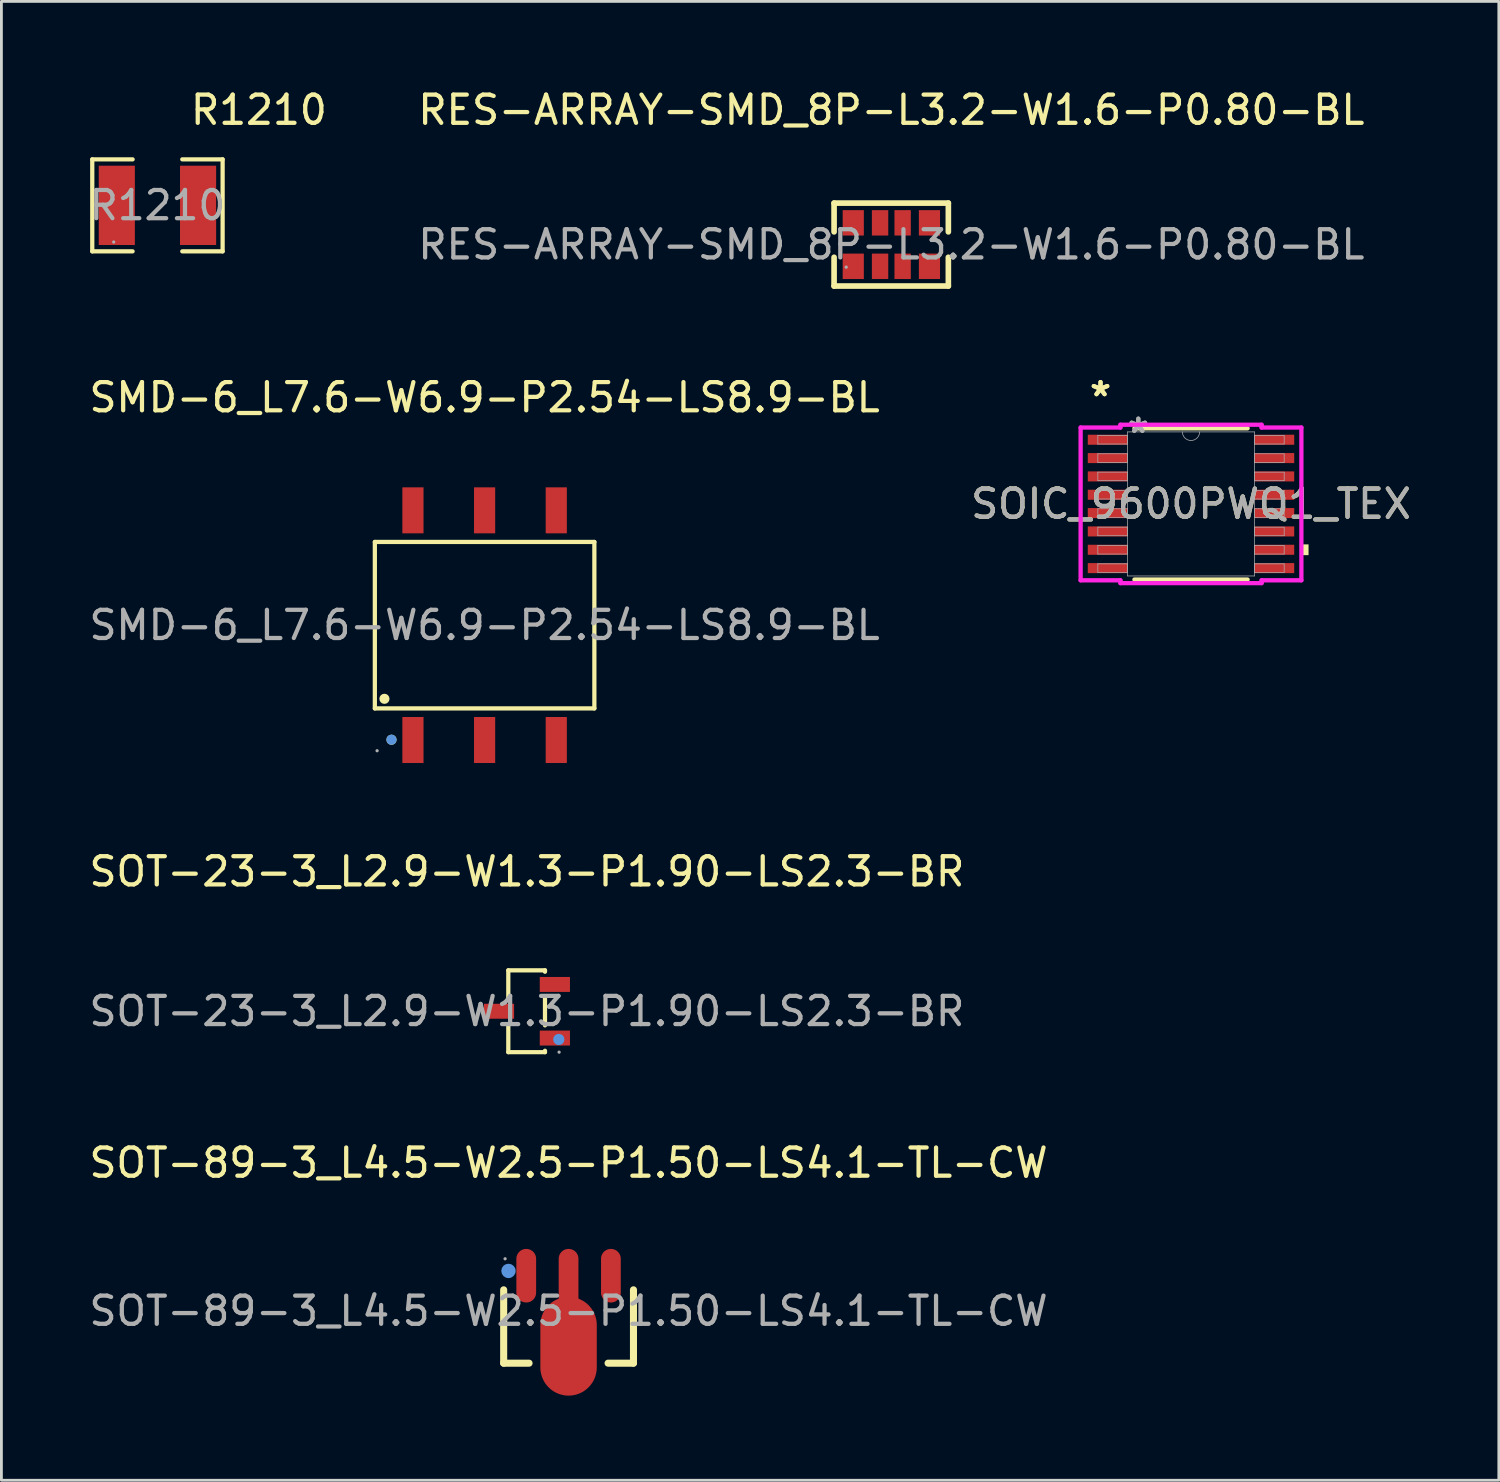
<source format=kicad_pcb>
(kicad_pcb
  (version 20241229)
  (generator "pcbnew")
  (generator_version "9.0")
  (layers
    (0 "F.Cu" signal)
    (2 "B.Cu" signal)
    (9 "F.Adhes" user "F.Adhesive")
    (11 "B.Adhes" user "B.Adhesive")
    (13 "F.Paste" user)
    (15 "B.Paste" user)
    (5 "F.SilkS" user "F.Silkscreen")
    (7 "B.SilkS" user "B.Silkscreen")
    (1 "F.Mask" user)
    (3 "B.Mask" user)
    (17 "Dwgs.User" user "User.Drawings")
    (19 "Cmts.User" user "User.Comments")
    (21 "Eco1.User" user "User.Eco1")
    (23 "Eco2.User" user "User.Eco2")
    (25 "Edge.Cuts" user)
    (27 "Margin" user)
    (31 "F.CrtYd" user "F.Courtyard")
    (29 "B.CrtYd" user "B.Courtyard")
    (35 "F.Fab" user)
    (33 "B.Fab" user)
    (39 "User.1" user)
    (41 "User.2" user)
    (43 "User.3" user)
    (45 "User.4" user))
  (footprint "SOT-23-3_L2.9-W1.3-P1.90-LS2.3-BR"
    (layer "F.Cu")
    (at 15.625 32.79)
    (property "Reference" "SOT-23-3_L2.9-W1.3-P1.90-LS2.3-BR" (at 0 -4.95 0) (layer "F.SilkS") (effects (font (size 1 1) (thickness 0.15))))
    (attr smd)
    (fp_line (start -0.66 -1.45) (end -0.66 -0.45) (stroke (width 0.15) (type solid)) (layer "F.SilkS"))
    (fp_line (start -0.66 0.45) (end -0.66 1.45) (stroke (width 0.15) (type solid)) (layer "F.SilkS"))
    (fp_line (start -0.66 1.45) (end 0.64 1.45) (stroke (width 0.15) (type solid)) (layer "F.SilkS"))
    (fp_line (start 0.64 -1.45) (end -0.66 -1.45) (stroke (width 0.15) (type solid)) (layer "F.SilkS"))
    (fp_line (start 0.64 -1.4) (end 0.64 -1.45) (stroke (width 0.15) (type solid)) (layer "F.SilkS"))
    (fp_line (start 0.64 0.5) (end 0.64 -0.5) (stroke (width 0.15) (type solid)) (layer "F.SilkS"))
    (fp_line (start 0.64 1.45) (end 0.64 1.4) (stroke (width 0.15) (type solid)) (layer "F.SilkS"))
    (fp_circle (center 1.13 1) (end 1.23 1) (stroke (width 0.2) (type solid)) (fill no) (layer "Cmts.User"))
    (fp_circle (center 1.14 1.45) (end 1.17 1.45) (stroke (width 0.06) (type solid)) (fill no) (layer "F.Fab"))
    (fp_text user "${REFERENCE}" (at 0 0 0) (layer "F.Fab") (effects (font (size 1 1) (thickness 0.15))))
    (pad "1" smd rect (at 0.99 0.95) (size 1.07 0.53) (layers "F.Cu" "F.Mask" "F.Paste"))
    (pad "2" smd rect (at 0.99 -0.95) (size 1.07 0.53) (layers "F.Cu" "F.Mask" "F.Paste"))
    (pad "3" smd rect (at -0.99 0) (size 1.07 0.53) (layers "F.Cu" "F.Mask" "F.Paste")))
  (footprint "R1210"
    (layer "F.Cu")
    (at 6.125 4.848)
    (property "Reference" "R1210" (at 0 -4 0) (layer "F.SilkS") (effects (font (size 1 1) (thickness 0.15))))
    (attr smd)
    (fp_line (start -5.905 -2.25) (end -4.475 -2.25) (stroke (width 0.15) (type solid)) (layer "F.SilkS"))
    (fp_line (start -5.905 1.01) (end -5.905 -2.25) (stroke (width 0.15) (type solid)) (layer "F.SilkS"))
    (fp_line (start -4.475 1.01) (end -5.905 1.01) (stroke (width 0.15) (type solid)) (layer "F.SilkS"))
    (fp_line (start -2.715 1.01) (end -1.285 1.01) (stroke (width 0.15) (type solid)) (layer "F.SilkS"))
    (fp_line (start -1.285 -2.25) (end -2.715 -2.25) (stroke (width 0.15) (type solid)) (layer "F.SilkS"))
    (fp_line (start -1.285 1.01) (end -1.285 -2.25) (stroke (width 0.15) (type solid)) (layer "F.SilkS"))
    (fp_circle (center -5.145 0.68) (end -5.115 0.68) (stroke (width 0.06) (type solid)) (fill no) (layer "F.Fab"))
    (fp_text user "${REFERENCE}" (at -3.595 -0.62 0) (layer "F.Fab") (effects (font (size 1 1) (thickness 0.15))))
    (pad "1" smd rect (at -5.035 -0.62) (size 1.28 2.81) (layers "F.Cu" "F.Mask" "F.Paste"))
    (pad "2" smd rect (at -2.155 -0.62) (size 1.28 2.81) (layers "F.Cu" "F.Mask" "F.Paste")))
  (footprint "SOIC_9600PWQ1_TEX"
    (layer "F.Cu")
    (at 39.161 14.81)
    (property "Reference" "SOIC_9600PWQ1_TEX" (at 0 0 0) (unlocked yes) (layer "F.SilkS") (effects (font (size 1 1) (thickness 0.15))))
    (attr smd)
    (fp_line (start -2.005 2.68) (end 2.005 2.68) (stroke (width 0.152) (type solid)) (layer "F.SilkS"))
    (fp_line (start 2.005 -2.68) (end -2.005 -2.68) (stroke (width 0.152) (type solid)) (layer "F.SilkS"))
    (fp_poly (pts (xy 4.166 1.434) (xy 4.166 1.815) (xy 3.912 1.815) (xy 3.912 1.434)) (stroke (width 0) (type solid)) (fill yes) (layer "F.SilkS"))
    (fp_line (start -3.912 -2.707) (end -2.502 -2.707) (stroke (width 0.152) (type solid)) (layer "F.CrtYd"))
    (fp_line (start -3.912 2.707) (end -3.912 -2.707) (stroke (width 0.152) (type solid)) (layer "F.CrtYd"))
    (fp_line (start -3.912 2.707) (end -2.502 2.707) (stroke (width 0.152) (type solid)) (layer "F.CrtYd"))
    (fp_line (start -2.502 -2.807) (end 2.502 -2.807) (stroke (width 0.152) (type solid)) (layer "F.CrtYd"))
    (fp_line (start -2.502 -2.707) (end -2.502 -2.807) (stroke (width 0.152) (type solid)) (layer "F.CrtYd"))
    (fp_line (start -2.502 2.807) (end -2.502 2.707) (stroke (width 0.152) (type solid)) (layer "F.CrtYd"))
    (fp_line (start 2.502 -2.807) (end 2.502 -2.707) (stroke (width 0.152) (type solid)) (layer "F.CrtYd"))
    (fp_line (start 2.502 2.707) (end 2.502 2.807) (stroke (width 0.152) (type solid)) (layer "F.CrtYd"))
    (fp_line (start 2.502 2.807) (end -2.502 2.807) (stroke (width 0.152) (type solid)) (layer "F.CrtYd"))
    (fp_line (start 3.912 -2.707) (end 2.502 -2.707) (stroke (width 0.152) (type solid)) (layer "F.CrtYd"))
    (fp_line (start 3.912 -2.707) (end 3.912 2.707) (stroke (width 0.152) (type solid)) (layer "F.CrtYd"))
    (fp_line (start 3.912 2.707) (end 2.502 2.707) (stroke (width 0.152) (type solid)) (layer "F.CrtYd"))
    (fp_line (start -3.302 -2.427) (end -3.302 -2.123) (stroke (width 0.025) (type solid)) (layer "F.Fab"))
    (fp_line (start -3.302 -2.123) (end -2.248 -2.123) (stroke (width 0.025) (type solid)) (layer "F.Fab"))
    (fp_line (start -3.302 -1.777) (end -3.302 -1.473) (stroke (width 0.025) (type solid)) (layer "F.Fab"))
    (fp_line (start -3.302 -1.473) (end -2.248 -1.473) (stroke (width 0.025) (type solid)) (layer "F.Fab"))
    (fp_line (start -3.302 -1.127) (end -3.302 -0.823) (stroke (width 0.025) (type solid)) (layer "F.Fab"))
    (fp_line (start -3.302 -0.823) (end -2.248 -0.823) (stroke (width 0.025) (type solid)) (layer "F.Fab"))
    (fp_line (start -3.302 -0.477) (end -3.302 -0.173) (stroke (width 0.025) (type solid)) (layer "F.Fab"))
    (fp_line (start -3.302 -0.173) (end -2.248 -0.173) (stroke (width 0.025) (type solid)) (layer "F.Fab"))
    (fp_line (start -3.302 0.173) (end -3.302 0.477) (stroke (width 0.025) (type solid)) (layer "F.Fab"))
    (fp_line (start -3.302 0.477) (end -2.248 0.477) (stroke (width 0.025) (type solid)) (layer "F.Fab"))
    (fp_line (start -3.302 0.823) (end -3.302 1.127) (stroke (width 0.025) (type solid)) (layer "F.Fab"))
    (fp_line (start -3.302 1.127) (end -2.248 1.127) (stroke (width 0.025) (type solid)) (layer "F.Fab"))
    (fp_line (start -3.302 1.473) (end -3.302 1.777) (stroke (width 0.025) (type solid)) (layer "F.Fab"))
    (fp_line (start -3.302 1.777) (end -2.248 1.777) (stroke (width 0.025) (type solid)) (layer "F.Fab"))
    (fp_line (start -3.302 2.123) (end -3.302 2.427) (stroke (width 0.025) (type solid)) (layer "F.Fab"))
    (fp_line (start -3.302 2.427) (end -2.248 2.427) (stroke (width 0.025) (type solid)) (layer "F.Fab"))
    (fp_line (start -2.248 -2.553) (end -2.248 2.553) (stroke (width 0.025) (type solid)) (layer "F.Fab"))
    (fp_line (start -2.248 -2.427) (end -3.302 -2.427) (stroke (width 0.025) (type solid)) (layer "F.Fab"))
    (fp_line (start -2.248 -2.123) (end -2.248 -2.427) (stroke (width 0.025) (type solid)) (layer "F.Fab"))
    (fp_line (start -2.248 -1.777) (end -3.302 -1.777) (stroke (width 0.025) (type solid)) (layer "F.Fab"))
    (fp_line (start -2.248 -1.473) (end -2.248 -1.777) (stroke (width 0.025) (type solid)) (layer "F.Fab"))
    (fp_line (start -2.248 -1.127) (end -3.302 -1.127) (stroke (width 0.025) (type solid)) (layer "F.Fab"))
    (fp_line (start -2.248 -0.823) (end -2.248 -1.127) (stroke (width 0.025) (type solid)) (layer "F.Fab"))
    (fp_line (start -2.248 -0.477) (end -3.302 -0.477) (stroke (width 0.025) (type solid)) (layer "F.Fab"))
    (fp_line (start -2.248 -0.173) (end -2.248 -0.477) (stroke (width 0.025) (type solid)) (layer "F.Fab"))
    (fp_line (start -2.248 0.173) (end -3.302 0.173) (stroke (width 0.025) (type solid)) (layer "F.Fab"))
    (fp_line (start -2.248 0.477) (end -2.248 0.173) (stroke (width 0.025) (type solid)) (layer "F.Fab"))
    (fp_line (start -2.248 0.823) (end -3.302 0.823) (stroke (width 0.025) (type solid)) (layer "F.Fab"))
    (fp_line (start -2.248 1.127) (end -2.248 0.823) (stroke (width 0.025) (type solid)) (layer "F.Fab"))
    (fp_line (start -2.248 1.473) (end -3.302 1.473) (stroke (width 0.025) (type solid)) (layer "F.Fab"))
    (fp_line (start -2.248 1.777) (end -2.248 1.473) (stroke (width 0.025) (type solid)) (layer "F.Fab"))
    (fp_line (start -2.248 2.123) (end -3.302 2.123) (stroke (width 0.025) (type solid)) (layer "F.Fab"))
    (fp_line (start -2.248 2.427) (end -2.248 2.123) (stroke (width 0.025) (type solid)) (layer "F.Fab"))
    (fp_line (start -2.248 2.553) (end 2.248 2.553) (stroke (width 0.025) (type solid)) (layer "F.Fab"))
    (fp_line (start 2.248 -2.553) (end -2.248 -2.553) (stroke (width 0.025) (type solid)) (layer "F.Fab"))
    (fp_line (start 2.248 -2.427) (end 2.248 -2.123) (stroke (width 0.025) (type solid)) (layer "F.Fab"))
    (fp_line (start 2.248 -2.123) (end 3.302 -2.123) (stroke (width 0.025) (type solid)) (layer "F.Fab"))
    (fp_line (start 2.248 -1.777) (end 2.248 -1.473) (stroke (width 0.025) (type solid)) (layer "F.Fab"))
    (fp_line (start 2.248 -1.473) (end 3.302 -1.473) (stroke (width 0.025) (type solid)) (layer "F.Fab"))
    (fp_line (start 2.248 -1.127) (end 2.248 -0.823) (stroke (width 0.025) (type solid)) (layer "F.Fab"))
    (fp_line (start 2.248 -0.823) (end 3.302 -0.823) (stroke (width 0.025) (type solid)) (layer "F.Fab"))
    (fp_line (start 2.248 -0.477) (end 2.248 -0.173) (stroke (width 0.025) (type solid)) (layer "F.Fab"))
    (fp_line (start 2.248 -0.173) (end 3.302 -0.173) (stroke (width 0.025) (type solid)) (layer "F.Fab"))
    (fp_line (start 2.248 0.173) (end 2.248 0.477) (stroke (width 0.025) (type solid)) (layer "F.Fab"))
    (fp_line (start 2.248 0.477) (end 3.302 0.477) (stroke (width 0.025) (type solid)) (layer "F.Fab"))
    (fp_line (start 2.248 0.823) (end 2.248 1.127) (stroke (width 0.025) (type solid)) (layer "F.Fab"))
    (fp_line (start 2.248 1.127) (end 3.302 1.127) (stroke (width 0.025) (type solid)) (layer "F.Fab"))
    (fp_line (start 2.248 1.473) (end 2.248 1.777) (stroke (width 0.025) (type solid)) (layer "F.Fab"))
    (fp_line (start 2.248 1.777) (end 3.302 1.777) (stroke (width 0.025) (type solid)) (layer "F.Fab"))
    (fp_line (start 2.248 2.123) (end 2.248 2.427) (stroke (width 0.025) (type solid)) (layer "F.Fab"))
    (fp_line (start 2.248 2.427) (end 3.302 2.427) (stroke (width 0.025) (type solid)) (layer "F.Fab"))
    (fp_line (start 2.248 2.553) (end 2.248 -2.553) (stroke (width 0.025) (type solid)) (layer "F.Fab"))
    (fp_line (start 3.302 -2.427) (end 2.248 -2.427) (stroke (width 0.025) (type solid)) (layer "F.Fab"))
    (fp_line (start 3.302 -2.123) (end 3.302 -2.427) (stroke (width 0.025) (type solid)) (layer "F.Fab"))
    (fp_line (start 3.302 -1.777) (end 2.248 -1.777) (stroke (width 0.025) (type solid)) (layer "F.Fab"))
    (fp_line (start 3.302 -1.473) (end 3.302 -1.777) (stroke (width 0.025) (type solid)) (layer "F.Fab"))
    (fp_line (start 3.302 -1.127) (end 2.248 -1.127) (stroke (width 0.025) (type solid)) (layer "F.Fab"))
    (fp_line (start 3.302 -0.823) (end 3.302 -1.127) (stroke (width 0.025) (type solid)) (layer "F.Fab"))
    (fp_line (start 3.302 -0.477) (end 2.248 -0.477) (stroke (width 0.025) (type solid)) (layer "F.Fab"))
    (fp_line (start 3.302 -0.173) (end 3.302 -0.477) (stroke (width 0.025) (type solid)) (layer "F.Fab"))
    (fp_line (start 3.302 0.173) (end 2.248 0.173) (stroke (width 0.025) (type solid)) (layer "F.Fab"))
    (fp_line (start 3.302 0.477) (end 3.302 0.173) (stroke (width 0.025) (type solid)) (layer "F.Fab"))
    (fp_line (start 3.302 0.823) (end 2.248 0.823) (stroke (width 0.025) (type solid)) (layer "F.Fab"))
    (fp_line (start 3.302 1.127) (end 3.302 0.823) (stroke (width 0.025) (type solid)) (layer "F.Fab"))
    (fp_line (start 3.302 1.473) (end 2.248 1.473) (stroke (width 0.025) (type solid)) (layer "F.Fab"))
    (fp_line (start 3.302 1.777) (end 3.302 1.473) (stroke (width 0.025) (type solid)) (layer "F.Fab"))
    (fp_line (start 3.302 2.123) (end 2.248 2.123) (stroke (width 0.025) (type solid)) (layer "F.Fab"))
    (fp_line (start 3.302 2.427) (end 3.302 2.123) (stroke (width 0.025) (type solid)) (layer "F.Fab"))
    (fp_arc (start 0.3048 -2.5527) (mid 0 -2.2479) (end -0.3048 -2.5527) (stroke (width 0.0254) (type solid)) (layer "F.Fab"))
    (fp_text user "*" (at -3.207 -3.774 0) (layer "F.SilkS") (effects (font (size 1 1) (thickness 0.15))))
    (fp_text user "*" (at -3.207 -3.774 0) (unlocked yes) (layer "F.SilkS") (effects (font (size 1 1) (thickness 0.15))))
    (fp_text user "*" (at -1.867 -2.477 0) (unlocked yes) (layer "F.Fab") (effects (font (size 1 1) (thickness 0.15))))
    (fp_text user "${REFERENCE}" (at 0 0 0) (unlocked yes) (layer "F.Fab") (effects (font (size 1 1) (thickness 0.15))))
    (fp_text user "*" (at -1.867 -2.477 0) (layer "F.Fab") (effects (font (size 1 1) (thickness 0.15))))
    (pad "1" smd rect (at -2.953 -2.275) (size 1.41 0.356) (layers "F.Cu" "F.Mask" "F.Paste"))
    (pad "2" smd rect (at -2.953 -1.625) (size 1.41 0.356) (layers "F.Cu" "F.Mask" "F.Paste"))
    (pad "3" smd rect (at -2.953 -0.975) (size 1.41 0.356) (layers "F.Cu" "F.Mask" "F.Paste"))
    (pad "4" smd rect (at -2.953 -0.325) (size 1.41 0.356) (layers "F.Cu" "F.Mask" "F.Paste"))
    (pad "5" smd rect (at -2.953 0.325) (size 1.41 0.356) (layers "F.Cu" "F.Mask" "F.Paste"))
    (pad "6" smd rect (at -2.953 0.975) (size 1.41 0.356) (layers "F.Cu" "F.Mask" "F.Paste"))
    (pad "7" smd rect (at -2.953 1.625) (size 1.41 0.356) (layers "F.Cu" "F.Mask" "F.Paste"))
    (pad "8" smd rect (at -2.953 2.275) (size 1.41 0.356) (layers "F.Cu" "F.Mask" "F.Paste"))
    (pad "9" smd rect (at 2.953 2.275) (size 1.41 0.356) (layers "F.Cu" "F.Mask" "F.Paste"))
    (pad "10" smd rect (at 2.953 1.625) (size 1.41 0.356) (layers "F.Cu" "F.Mask" "F.Paste"))
    (pad "11" smd rect (at 2.953 0.975) (size 1.41 0.356) (layers "F.Cu" "F.Mask" "F.Paste"))
    (pad "12" smd rect (at 2.953 0.325) (size 1.41 0.356) (layers "F.Cu" "F.Mask" "F.Paste"))
    (pad "13" smd rect (at 2.953 -0.325) (size 1.41 0.356) (layers "F.Cu" "F.Mask" "F.Paste"))
    (pad "14" smd rect (at 2.953 -0.975) (size 1.41 0.356) (layers "F.Cu" "F.Mask" "F.Paste"))
    (pad "15" smd rect (at 2.953 -1.625) (size 1.41 0.356) (layers "F.Cu" "F.Mask" "F.Paste"))
    (pad "16" smd rect (at 2.953 -2.275) (size 1.41 0.356) (layers "F.Cu" "F.Mask" "F.Paste")))
  (footprint "SOT-89-3_L4.5-W2.5-P1.50-LS4.1-TL-CW"
    (layer "F.Cu")
    (at 17.101 43.413)
    (property "Reference" "SOT-89-3_L4.5-W2.5-P1.50-LS4.1-TL-CW" (at 0 -5.25 0) (layer "F.SilkS") (effects (font (size 1 1) (thickness 0.15))))
    (attr smd)
    (fp_line (start -2.3 1.85) (end -2.3 -0.75) (stroke (width 0.25) (type solid)) (layer "F.SilkS"))
    (fp_line (start -1.4 1.85) (end -2.3 1.85) (stroke (width 0.25) (type solid)) (layer "F.SilkS"))
    (fp_line (start 2.3 -0.75) (end 2.3 1.85) (stroke (width 0.25) (type solid)) (layer "F.SilkS"))
    (fp_line (start 2.3 1.85) (end 1.4 1.85) (stroke (width 0.25) (type solid)) (layer "F.SilkS"))
    (fp_circle (center -2.13 -1.42) (end -2 -1.42) (stroke (width 0.25) (type solid)) (fill no) (layer "Cmts.User"))
    (fp_circle (center -2.25 -1.85) (end -2.22 -1.85) (stroke (width 0.06) (type solid)) (fill no) (layer "F.Fab"))
    (fp_text user "${REFERENCE}" (at 0 0 0) (layer "F.Fab") (effects (font (size 1 1) (thickness 0.15))))
    (pad "1" smd oval (at -1.5 -1.25) (size 0.7 1.9) (layers "F.Cu" "F.Mask" "F.Paste"))
    (pad "2" smd oval (at 0 -1.15) (size 0.7 2.1) (layers "F.Cu" "F.Mask" "F.Paste"))
    (pad "2" smd oval (at 0 1.25) (size 2 3.5) (layers "F.Cu" "F.Mask" "F.Paste"))
    (pad "3" smd oval (at 1.5 -1.25) (size 0.7 1.9) (layers "F.Cu" "F.Mask" "F.Paste")))
  (footprint "RES-ARRAY-SMD_8P-L3.2-W1.6-P0.80-BL"
    (layer "F.Cu")
    (at 28.541 5.618)
    (property "Reference" "RES-ARRAY-SMD_8P-L3.2-W1.6-P0.80-BL" (at 0 -4.77 0) (layer "F.SilkS") (effects (font (size 1 1) (thickness 0.15))))
    (attr smd)
    (fp_line (start -2.03 -1.47) (end 2.02 -1.47) (stroke (width 0.2) (type solid)) (layer "F.SilkS"))
    (fp_line (start -2.03 -0.45) (end -2.03 -1.47) (stroke (width 0.2) (type solid)) (layer "F.SilkS"))
    (fp_line (start -2.03 0.45) (end -2.03 1.47) (stroke (width 0.2) (type solid)) (layer "F.SilkS"))
    (fp_line (start -2.03 1.47) (end 2.02 1.47) (stroke (width 0.2) (type solid)) (layer "F.SilkS"))
    (fp_line (start 2.02 -1.47) (end 2.02 -0.45) (stroke (width 0.2) (type solid)) (layer "F.SilkS"))
    (fp_line (start 2.02 1.47) (end 2.02 0.45) (stroke (width 0.2) (type solid)) (layer "F.SilkS"))
    (fp_circle (center -1.6 0.8) (end -1.57 0.8) (stroke (width 0.06) (type solid)) (fill no) (layer "F.Fab"))
    (fp_text user "${REFERENCE}" (at 0 0 0) (layer "F.Fab") (effects (font (size 1 1) (thickness 0.15))))
    (pad "1" smd rect (at -1.35 0.77 90) (size 0.9 0.75) (layers "F.Cu" "F.Mask" "F.Paste"))
    (pad "2" smd rect (at -0.4 0.77 90) (size 0.9 0.58) (layers "F.Cu" "F.Mask" "F.Paste"))
    (pad "3" smd rect (at 0.4 0.77 90) (size 0.9 0.58) (layers "F.Cu" "F.Mask" "F.Paste"))
    (pad "4" smd rect (at 1.35 0.77 90) (size 0.9 0.75) (layers "F.Cu" "F.Mask" "F.Paste"))
    (pad "5" smd rect (at 1.35 -0.77 90) (size 0.9 0.75) (layers "F.Cu" "F.Mask" "F.Paste"))
    (pad "6" smd rect (at 0.4 -0.77 90) (size 0.9 0.58) (layers "F.Cu" "F.Mask" "F.Paste"))
    (pad "7" smd rect (at -0.4 -0.77 90) (size 0.9 0.58) (layers "F.Cu" "F.Mask" "F.Paste"))
    (pad "8" smd rect (at -1.35 -0.77 90) (size 0.9 0.75) (layers "F.Cu" "F.Mask" "F.Paste")))
  (footprint "SMD-6_L7.6-W6.9-P2.54-LS8.9-BL"
    (layer "F.Cu")
    (at 14.125 19.107)
    (property "Reference" "SMD-6_L7.6-W6.9-P2.54-LS8.9-BL" (at 0 -8.07 0) (layer "F.SilkS") (effects (font (size 1 1) (thickness 0.15))))
    (attr smd)
    (fp_line (start -3.89 -2.95) (end 3.89 -2.95) (stroke (width 0.15) (type solid)) (layer "F.SilkS"))
    (fp_line (start -3.89 2.95) (end -3.89 -2.95) (stroke (width 0.15) (type solid)) (layer "F.SilkS"))
    (fp_line (start 3.89 -2.95) (end 3.89 2.95) (stroke (width 0.15) (type solid)) (layer "F.SilkS"))
    (fp_line (start 3.89 2.95) (end -3.89 2.95) (stroke (width 0.15) (type solid)) (layer "F.SilkS"))
    (fp_circle (center -3.55 2.61) (end -3.46 2.61) (stroke (width 0.18) (type solid)) (fill no) (layer "F.SilkS"))
    (fp_circle (center -3.3 4.06) (end -3.21 4.06) (stroke (width 0.18) (type solid)) (fill no) (layer "F.SilkS"))
    (fp_circle (center -3.3 4.06) (end -3.21 4.06) (stroke (width 0.18) (type solid)) (fill no) (layer "Cmts.User"))
    (fp_circle (center -3.81 4.45) (end -3.78 4.45) (stroke (width 0.06) (type solid)) (fill no) (layer "F.Fab"))
    (fp_text user "${REFERENCE}" (at 0 0 0) (layer "F.Fab") (effects (font (size 1 1) (thickness 0.15))))
    (pad "1" smd rect (at -2.54 4.07) (size 0.75 1.63) (layers "F.Cu" "F.Mask" "F.Paste"))
    (pad "2" smd rect (at 0 4.07) (size 0.75 1.63) (layers "F.Cu" "F.Mask" "F.Paste"))
    (pad "3" smd rect (at 2.54 4.07) (size 0.75 1.63) (layers "F.Cu" "F.Mask" "F.Paste"))
    (pad "4" smd rect (at 2.54 -4.07) (size 0.75 1.63) (layers "F.Cu" "F.Mask" "F.Paste"))
    (pad "5" smd rect (at 0 -4.07) (size 0.75 1.63) (layers "F.Cu" "F.Mask" "F.Paste"))
    (pad "6" smd rect (at -2.54 -4.07) (size 0.75 1.63) (layers "F.Cu" "F.Mask" "F.Paste")))
  (gr_rect
    (start -3 -3)
    (end 50.071 49.413)
    (stroke (width 0.1) (type default))
    (fill no)
    (layer "Edge.Cuts")))
</source>
